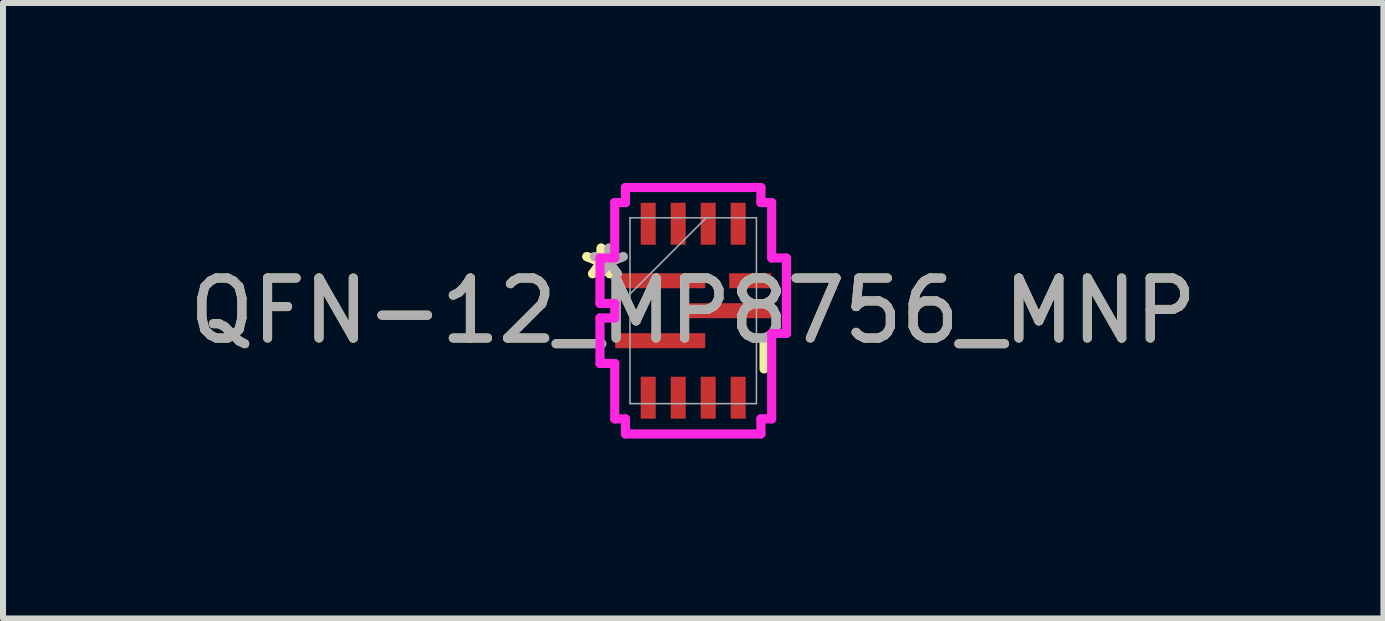
<source format=kicad_pcb>
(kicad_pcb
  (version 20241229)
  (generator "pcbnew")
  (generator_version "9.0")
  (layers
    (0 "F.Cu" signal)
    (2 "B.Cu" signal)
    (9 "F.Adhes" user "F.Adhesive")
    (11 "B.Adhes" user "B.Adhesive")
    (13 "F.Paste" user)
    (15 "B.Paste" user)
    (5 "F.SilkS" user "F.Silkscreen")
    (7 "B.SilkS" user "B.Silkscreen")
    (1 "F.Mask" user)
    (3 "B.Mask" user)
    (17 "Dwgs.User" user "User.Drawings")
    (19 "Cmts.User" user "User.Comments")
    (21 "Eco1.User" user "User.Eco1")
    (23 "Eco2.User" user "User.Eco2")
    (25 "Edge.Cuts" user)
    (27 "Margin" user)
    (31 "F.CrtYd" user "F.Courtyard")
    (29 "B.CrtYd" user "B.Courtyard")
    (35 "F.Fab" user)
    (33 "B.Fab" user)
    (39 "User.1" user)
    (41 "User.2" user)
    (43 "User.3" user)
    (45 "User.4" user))
  (footprint "QFN-12_MP8756_MNP"
    (layer "F.Cu")
    (at 8.506 2.13)
    (property "Reference" "QFN-12_MP8756_MNP" (at 0 0 0) (unlocked yes) (layer "F.SilkS") (effects (font (size 1 1) (thickness 0.15))))
    (attr smd)
    (fp_line (start 1.181 0.458) (end 1.181 0.97) (stroke (width 0.152) (type solid)) (layer "F.SilkS"))
    (fp_line (start -1.554 -0.879) (end -1.554 -0.121) (stroke (width 0.152) (type solid)) (layer "F.CrtYd"))
    (fp_line (start -1.554 -0.121) (end -1.308 -0.121) (stroke (width 0.152) (type solid)) (layer "F.CrtYd"))
    (fp_line (start -1.554 0.121) (end -1.554 0.879) (stroke (width 0.152) (type solid)) (layer "F.CrtYd"))
    (fp_line (start -1.554 0.879) (end -1.308 0.879) (stroke (width 0.152) (type solid)) (layer "F.CrtYd"))
    (fp_line (start -1.308 -1.803) (end -1.308 -0.879) (stroke (width 0.152) (type solid)) (layer "F.CrtYd"))
    (fp_line (start -1.308 -0.879) (end -1.554 -0.879) (stroke (width 0.152) (type solid)) (layer "F.CrtYd"))
    (fp_line (start -1.308 -0.121) (end -1.308 0.121) (stroke (width 0.152) (type solid)) (layer "F.CrtYd"))
    (fp_line (start -1.308 0.121) (end -1.554 0.121) (stroke (width 0.152) (type solid)) (layer "F.CrtYd"))
    (fp_line (start -1.308 0.879) (end -1.308 1.803) (stroke (width 0.152) (type solid)) (layer "F.CrtYd"))
    (fp_line (start -1.308 1.803) (end -1.129 1.803) (stroke (width 0.152) (type solid)) (layer "F.CrtYd"))
    (fp_line (start -1.129 -2.054) (end -1.129 -1.803) (stroke (width 0.152) (type solid)) (layer "F.CrtYd"))
    (fp_line (start -1.129 -1.803) (end -1.308 -1.803) (stroke (width 0.152) (type solid)) (layer "F.CrtYd"))
    (fp_line (start -1.129 1.803) (end -1.129 2.054) (stroke (width 0.152) (type solid)) (layer "F.CrtYd"))
    (fp_line (start -1.129 2.054) (end 1.129 2.054) (stroke (width 0.152) (type solid)) (layer "F.CrtYd"))
    (fp_line (start 1.129 -2.054) (end -1.129 -2.054) (stroke (width 0.152) (type solid)) (layer "F.CrtYd"))
    (fp_line (start 1.129 -1.803) (end 1.129 -2.054) (stroke (width 0.152) (type solid)) (layer "F.CrtYd"))
    (fp_line (start 1.129 1.803) (end 1.308 1.803) (stroke (width 0.152) (type solid)) (layer "F.CrtYd"))
    (fp_line (start 1.129 2.054) (end 1.129 1.803) (stroke (width 0.152) (type solid)) (layer "F.CrtYd"))
    (fp_line (start 1.308 -1.803) (end 1.129 -1.803) (stroke (width 0.152) (type solid)) (layer "F.CrtYd"))
    (fp_line (start 1.308 -0.879) (end 1.308 -1.803) (stroke (width 0.152) (type solid)) (layer "F.CrtYd"))
    (fp_line (start 1.308 0.379) (end 1.554 0.379) (stroke (width 0.152) (type solid)) (layer "F.CrtYd"))
    (fp_line (start 1.308 1.803) (end 1.308 0.379) (stroke (width 0.152) (type solid)) (layer "F.CrtYd"))
    (fp_line (start 1.554 -0.879) (end 1.308 -0.879) (stroke (width 0.152) (type solid)) (layer "F.CrtYd"))
    (fp_line (start 1.554 -0.121) (end 1.554 -0.879) (stroke (width 0.152) (type solid)) (layer "F.CrtYd"))
    (fp_line (start 1.554 -0.121) (end 1.554 -0.121) (stroke (width 0.152) (type solid)) (layer "F.CrtYd"))
    (fp_line (start 1.554 0.379) (end 1.554 -0.121) (stroke (width 0.152) (type solid)) (layer "F.CrtYd"))
    (fp_line (start -1.054 -1.549) (end -1.054 1.549) (stroke (width 0.025) (type solid)) (layer "F.Fab"))
    (fp_line (start -1.054 -0.279) (end 0.216 -1.549) (stroke (width 0.025) (type solid)) (layer "F.Fab"))
    (fp_line (start -1.054 1.549) (end 1.054 1.549) (stroke (width 0.025) (type solid)) (layer "F.Fab"))
    (fp_line (start 1.054 -1.549) (end -1.054 -1.549) (stroke (width 0.025) (type solid)) (layer "F.Fab"))
    (fp_line (start 1.054 1.549) (end 1.054 -1.549) (stroke (width 0.025) (type solid)) (layer "F.Fab"))
    (fp_text user "*" (at -1.535 -0.5 0) (unlocked yes) (layer "F.SilkS") (effects (font (size 1 1) (thickness 0.15))))
    (fp_text user "*" (at -1.535 -0.5 0) (layer "F.SilkS") (effects (font (size 1 1) (thickness 0.15))))
    (fp_text user "*" (at -1.404 -0.5 0) (unlocked yes) (layer "F.Fab") (effects (font (size 1 1) (thickness 0.15))))
    (fp_text user "${REFERENCE}" (at 0 0 0) (unlocked yes) (layer "F.Fab") (effects (font (size 1 1) (thickness 0.15))))
    (fp_text user "*" (at -1.404 -0.5 0) (layer "F.Fab") (effects (font (size 1 1) (thickness 0.15))))
    (pad "1" smd rect (at -0.55 -0.5) (size 1.5 0.25) (layers "F.Cu" "F.Mask" "F.Paste"))
    (pad "2" smd rect (at -0.55 0.5) (size 1.5 0.25) (layers "F.Cu" "F.Mask" "F.Paste"))
    (pad "3" smd rect (at -0.75 1.45 90) (size 0.7 0.25) (layers "F.Cu" "F.Mask" "F.Paste"))
    (pad "4" smd rect (at -0.25 1.45 90) (size 0.7 0.25) (layers "F.Cu" "F.Mask" "F.Paste"))
    (pad "5" smd rect (at 0.25 1.45 90) (size 0.7 0.25) (layers "F.Cu" "F.Mask" "F.Paste"))
    (pad "6" smd rect (at 0.75 1.45 90) (size 0.7 0.25) (layers "F.Cu" "F.Mask" "F.Paste"))
    (pad "7" smd rect (at 0.55 0) (size 1.5 0.25) (layers "F.Cu" "F.Mask" "F.Paste"))
    (pad "8" smd rect (at 0.95 -0.5) (size 0.7 0.25) (layers "F.Cu" "F.Mask" "F.Paste"))
    (pad "9" smd rect (at 0.75 -1.45 90) (size 0.7 0.25) (layers "F.Cu" "F.Mask" "F.Paste"))
    (pad "10" smd rect (at 0.25 -1.45 90) (size 0.7 0.25) (layers "F.Cu" "F.Mask" "F.Paste"))
    (pad "11" smd rect (at -0.25 -1.45 90) (size 0.7 0.25) (layers "F.Cu" "F.Mask" "F.Paste"))
    (pad "12" smd rect (at -0.75 -1.45 90) (size 0.7 0.25) (layers "F.Cu" "F.Mask" "F.Paste")))
  (gr_rect
    (start -3 -3)
    (end 20.012 7.26)
    (stroke (width 0.1) (type default))
    (fill no)
    (layer "Edge.Cuts")))
</source>
